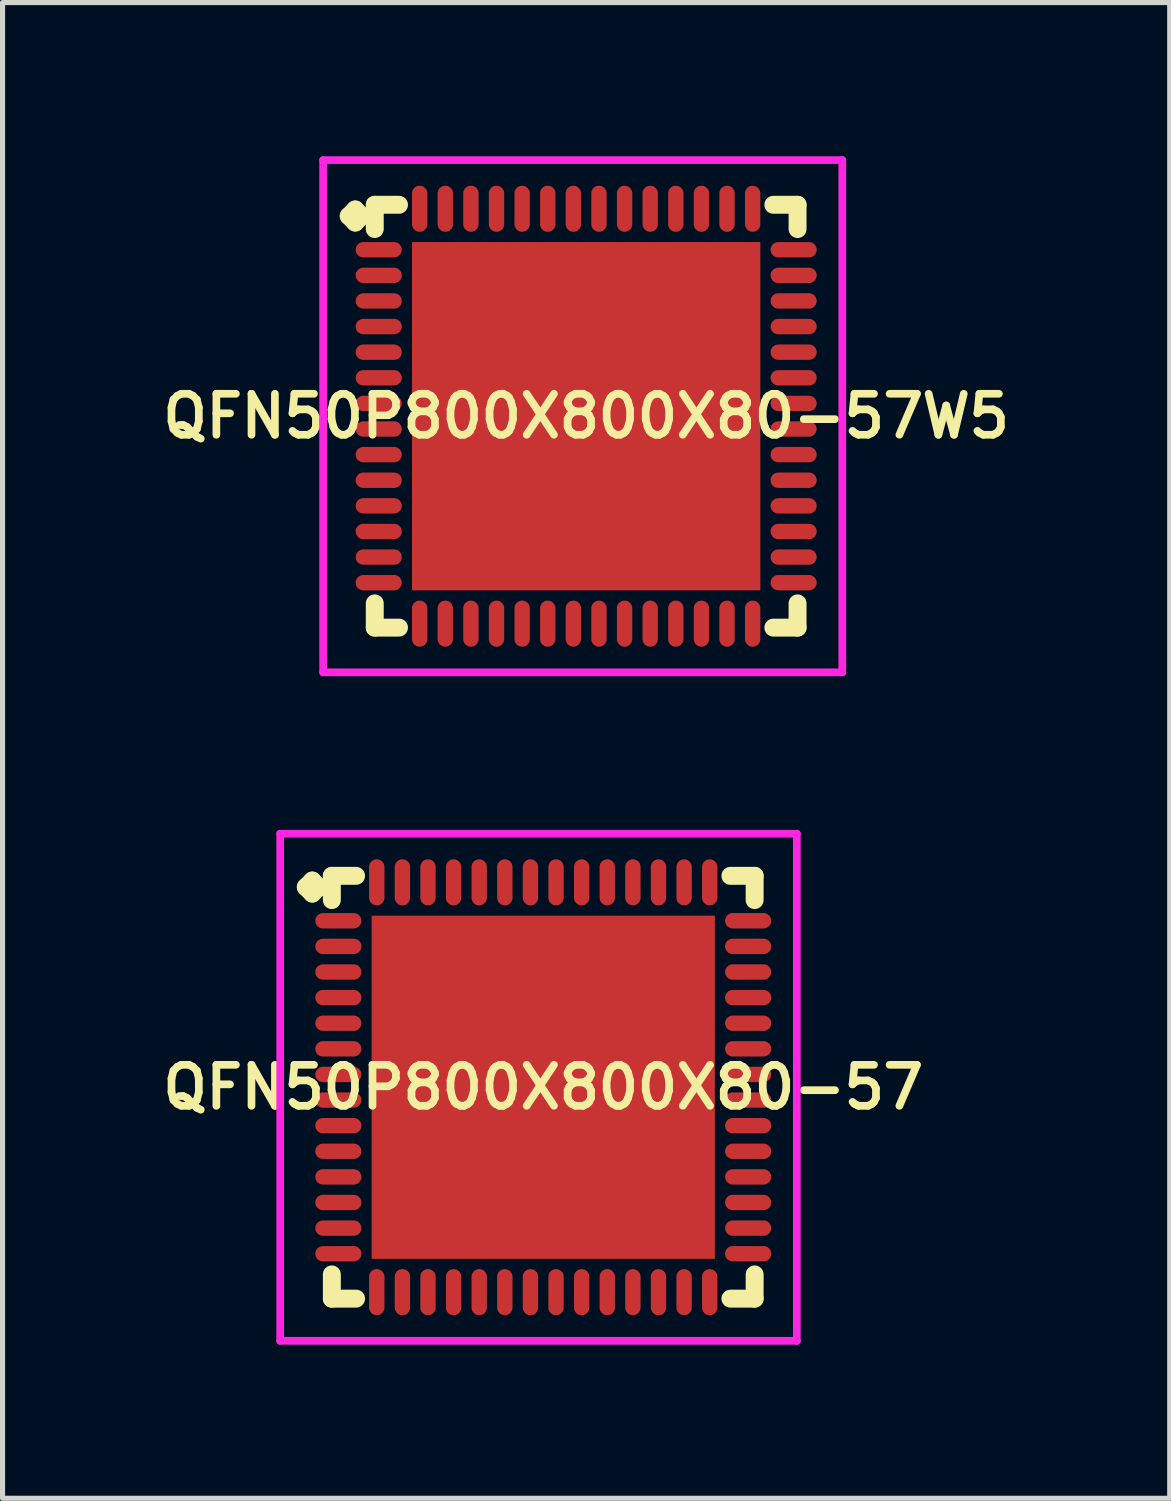
<source format=kicad_pcb>
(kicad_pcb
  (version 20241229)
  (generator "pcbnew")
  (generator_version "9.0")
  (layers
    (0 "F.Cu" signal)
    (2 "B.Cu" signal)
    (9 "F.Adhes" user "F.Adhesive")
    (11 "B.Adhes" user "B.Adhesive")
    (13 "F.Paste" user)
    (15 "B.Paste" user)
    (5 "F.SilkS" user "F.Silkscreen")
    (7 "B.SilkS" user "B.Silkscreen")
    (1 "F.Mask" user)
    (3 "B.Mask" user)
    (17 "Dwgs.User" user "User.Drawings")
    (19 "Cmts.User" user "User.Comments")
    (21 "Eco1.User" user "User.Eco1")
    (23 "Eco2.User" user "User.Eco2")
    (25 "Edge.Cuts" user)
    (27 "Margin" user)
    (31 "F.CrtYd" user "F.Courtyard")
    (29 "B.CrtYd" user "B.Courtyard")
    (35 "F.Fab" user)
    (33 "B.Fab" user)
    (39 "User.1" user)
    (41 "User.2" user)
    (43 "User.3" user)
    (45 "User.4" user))
  (footprint "QFN50P800X800X80-57W5"
    (layer "F.Cu")
    (at 8.393 5.075)
    (property "Reference" "QFN50P800X800X80-57W5" (at 0 0 0) (layer "F.SilkS") (effects (font (size 0.8 0.8) (thickness 0.15))))
    (attr smd)
    (fp_line (start -4.635 -3.908) (end -4.508 -4.035) (stroke (width 0.35) (type solid)) (layer "F.SilkS"))
    (fp_line (start -4.508 -4.035) (end -4.381 -3.908) (stroke (width 0.35) (type solid)) (layer "F.SilkS"))
    (fp_line (start -4.508 -3.781) (end -4.635 -3.908) (stroke (width 0.35) (type solid)) (layer "F.SilkS"))
    (fp_line (start -4.381 -3.908) (end -4.508 -3.781) (stroke (width 0.35) (type solid)) (layer "F.SilkS"))
    (fp_line (start -4.127 -4.127) (end -3.654 -4.127) (stroke (width 0.35) (type solid)) (layer "F.SilkS"))
    (fp_line (start -4.127 -3.654) (end -4.127 -4.127) (stroke (width 0.35) (type solid)) (layer "F.SilkS"))
    (fp_line (start -4.127 3.654) (end -4.127 4.127) (stroke (width 0.35) (type solid)) (layer "F.SilkS"))
    (fp_line (start -4.127 4.127) (end -3.654 4.127) (stroke (width 0.35) (type solid)) (layer "F.SilkS"))
    (fp_line (start 3.654 -4.127) (end 4.127 -4.127) (stroke (width 0.35) (type solid)) (layer "F.SilkS"))
    (fp_line (start 3.654 4.127) (end 4.127 4.127) (stroke (width 0.35) (type solid)) (layer "F.SilkS"))
    (fp_line (start 4.127 -4.127) (end 4.127 -3.654) (stroke (width 0.35) (type solid)) (layer "F.SilkS"))
    (fp_line (start 4.127 4.127) (end 4.127 3.654) (stroke (width 0.35) (type solid)) (layer "F.SilkS"))
    (fp_line (start -5.135 -5) (end 5 -5) (stroke (width 0.15) (type solid)) (layer "F.CrtYd"))
    (fp_line (start -5.135 5) (end -5.135 -5) (stroke (width 0.15) (type solid)) (layer "F.CrtYd"))
    (fp_line (start 5 -5) (end 5 5) (stroke (width 0.15) (type solid)) (layer "F.CrtYd"))
    (fp_line (start 5 5) (end -5.135 5) (stroke (width 0.15) (type solid)) (layer "F.CrtYd"))
    (pad "1" smd oval (at -4.05 -3.25) (size 0.9 0.3) (layers "F.Cu" "F.Mask" "F.Paste"))
    (pad "2" smd oval (at -4.05 -2.75) (size 0.9 0.3) (layers "F.Cu" "F.Mask" "F.Paste"))
    (pad "3" smd oval (at -4.05 -2.25) (size 0.9 0.3) (layers "F.Cu" "F.Mask" "F.Paste"))
    (pad "4" smd oval (at -4.05 -1.75) (size 0.9 0.3) (layers "F.Cu" "F.Mask" "F.Paste"))
    (pad "5" smd oval (at -4.05 -1.25) (size 0.9 0.3) (layers "F.Cu" "F.Mask" "F.Paste"))
    (pad "6" smd oval (at -4.05 -0.75) (size 0.9 0.3) (layers "F.Cu" "F.Mask" "F.Paste"))
    (pad "7" smd oval (at -4.05 -0.25) (size 0.9 0.3) (layers "F.Cu" "F.Mask" "F.Paste"))
    (pad "8" smd oval (at -4.05 0.25) (size 0.9 0.3) (layers "F.Cu" "F.Mask" "F.Paste"))
    (pad "9" smd oval (at -4.05 0.75) (size 0.9 0.3) (layers "F.Cu" "F.Mask" "F.Paste"))
    (pad "10" smd oval (at -4.05 1.25) (size 0.9 0.3) (layers "F.Cu" "F.Mask" "F.Paste"))
    (pad "11" smd oval (at -4.05 1.75) (size 0.9 0.3) (layers "F.Cu" "F.Mask" "F.Paste"))
    (pad "12" smd oval (at -4.05 2.25) (size 0.9 0.3) (layers "F.Cu" "F.Mask" "F.Paste"))
    (pad "13" smd oval (at -4.05 2.75) (size 0.9 0.3) (layers "F.Cu" "F.Mask" "F.Paste"))
    (pad "14" smd oval (at -4.05 3.25) (size 0.9 0.3) (layers "F.Cu" "F.Mask" "F.Paste"))
    (pad "15" smd oval (at -3.25 4.05) (size 0.3 0.9) (layers "F.Cu" "F.Mask" "F.Paste"))
    (pad "16" smd oval (at -2.75 4.05) (size 0.3 0.9) (layers "F.Cu" "F.Mask" "F.Paste"))
    (pad "17" smd oval (at -2.25 4.05) (size 0.3 0.9) (layers "F.Cu" "F.Mask" "F.Paste"))
    (pad "18" smd oval (at -1.75 4.05) (size 0.3 0.9) (layers "F.Cu" "F.Mask" "F.Paste"))
    (pad "19" smd oval (at -1.25 4.05) (size 0.3 0.9) (layers "F.Cu" "F.Mask" "F.Paste"))
    (pad "20" smd oval (at -0.75 4.05) (size 0.3 0.9) (layers "F.Cu" "F.Mask" "F.Paste"))
    (pad "21" smd oval (at -0.25 4.05) (size 0.3 0.9) (layers "F.Cu" "F.Mask" "F.Paste"))
    (pad "22" smd oval (at 0.25 4.05) (size 0.3 0.9) (layers "F.Cu" "F.Mask" "F.Paste"))
    (pad "23" smd oval (at 0.75 4.05) (size 0.3 0.9) (layers "F.Cu" "F.Mask" "F.Paste"))
    (pad "24" smd oval (at 1.25 4.05) (size 0.3 0.9) (layers "F.Cu" "F.Mask" "F.Paste"))
    (pad "25" smd oval (at 1.75 4.05) (size 0.3 0.9) (layers "F.Cu" "F.Mask" "F.Paste"))
    (pad "26" smd oval (at 2.25 4.05) (size 0.3 0.9) (layers "F.Cu" "F.Mask" "F.Paste"))
    (pad "27" smd oval (at 2.75 4.05) (size 0.3 0.9) (layers "F.Cu" "F.Mask" "F.Paste"))
    (pad "28" smd oval (at 3.25 4.05) (size 0.3 0.9) (layers "F.Cu" "F.Mask" "F.Paste"))
    (pad "29" smd oval (at 4.05 3.25) (size 0.9 0.3) (layers "F.Cu" "F.Mask" "F.Paste"))
    (pad "30" smd oval (at 4.05 2.75) (size 0.9 0.3) (layers "F.Cu" "F.Mask" "F.Paste"))
    (pad "31" smd oval (at 4.05 2.25) (size 0.9 0.3) (layers "F.Cu" "F.Mask" "F.Paste"))
    (pad "32" smd oval (at 4.05 1.75) (size 0.9 0.3) (layers "F.Cu" "F.Mask" "F.Paste"))
    (pad "33" smd oval (at 4.05 1.25) (size 0.9 0.3) (layers "F.Cu" "F.Mask" "F.Paste"))
    (pad "34" smd oval (at 4.05 0.75) (size 0.9 0.3) (layers "F.Cu" "F.Mask" "F.Paste"))
    (pad "35" smd oval (at 4.05 0.25) (size 0.9 0.3) (layers "F.Cu" "F.Mask" "F.Paste"))
    (pad "36" smd oval (at 4.05 -0.25) (size 0.9 0.3) (layers "F.Cu" "F.Mask" "F.Paste"))
    (pad "37" smd oval (at 4.05 -0.75) (size 0.9 0.3) (layers "F.Cu" "F.Mask" "F.Paste"))
    (pad "38" smd oval (at 4.05 -1.25) (size 0.9 0.3) (layers "F.Cu" "F.Mask" "F.Paste"))
    (pad "39" smd oval (at 4.05 -1.75) (size 0.9 0.3) (layers "F.Cu" "F.Mask" "F.Paste"))
    (pad "40" smd oval (at 4.05 -2.25) (size 0.9 0.3) (layers "F.Cu" "F.Mask" "F.Paste"))
    (pad "41" smd oval (at 4.05 -2.75) (size 0.9 0.3) (layers "F.Cu" "F.Mask" "F.Paste"))
    (pad "42" smd oval (at 4.05 -3.25) (size 0.9 0.3) (layers "F.Cu" "F.Mask" "F.Paste"))
    (pad "43" smd oval (at 3.25 -4.05) (size 0.3 0.9) (layers "F.Cu" "F.Mask" "F.Paste"))
    (pad "44" smd oval (at 2.75 -4.05) (size 0.3 0.9) (layers "F.Cu" "F.Mask" "F.Paste"))
    (pad "45" smd oval (at 2.25 -4.05) (size 0.3 0.9) (layers "F.Cu" "F.Mask" "F.Paste"))
    (pad "46" smd oval (at 1.75 -4.05) (size 0.3 0.9) (layers "F.Cu" "F.Mask" "F.Paste"))
    (pad "47" smd oval (at 1.25 -4.05) (size 0.3 0.9) (layers "F.Cu" "F.Mask" "F.Paste"))
    (pad "48" smd oval (at 0.75 -4.05) (size 0.3 0.9) (layers "F.Cu" "F.Mask" "F.Paste"))
    (pad "49" smd oval (at 0.25 -4.05) (size 0.3 0.9) (layers "F.Cu" "F.Mask" "F.Paste"))
    (pad "50" smd oval (at -0.25 -4.05) (size 0.3 0.9) (layers "F.Cu" "F.Mask" "F.Paste"))
    (pad "51" smd oval (at -0.75 -4.05) (size 0.3 0.9) (layers "F.Cu" "F.Mask" "F.Paste"))
    (pad "52" smd oval (at -1.25 -4.05) (size 0.3 0.9) (layers "F.Cu" "F.Mask" "F.Paste"))
    (pad "53" smd oval (at -1.75 -4.05) (size 0.3 0.9) (layers "F.Cu" "F.Mask" "F.Paste"))
    (pad "54" smd oval (at -2.25 -4.05) (size 0.3 0.9) (layers "F.Cu" "F.Mask" "F.Paste"))
    (pad "55" smd oval (at -2.75 -4.05) (size 0.3 0.9) (layers "F.Cu" "F.Mask" "F.Paste"))
    (pad "56" smd oval (at -3.25 -4.05) (size 0.3 0.9) (layers "F.Cu" "F.Mask" "F.Paste"))
    (pad "57" smd rect (at 0 0) (size 6.8 6.8) (layers "F.Cu" "F.Mask" "F.Paste")))
  (footprint "QFN50P800X800X80-57"
    (layer "F.Cu")
    (at 7.555 18.175)
    (property "Reference" "QFN50P800X800X80-57" (at 0 0 0) (layer "F.SilkS") (effects (font (size 0.8 0.8) (thickness 0.15))))
    (attr through_hole)
    (fp_line (start -4.635 -3.908) (end -4.508 -4.035) (stroke (width 0.35) (type solid)) (layer "F.SilkS"))
    (fp_line (start -4.508 -4.035) (end -4.381 -3.908) (stroke (width 0.35) (type solid)) (layer "F.SilkS"))
    (fp_line (start -4.508 -3.781) (end -4.635 -3.908) (stroke (width 0.35) (type solid)) (layer "F.SilkS"))
    (fp_line (start -4.381 -3.908) (end -4.508 -3.781) (stroke (width 0.35) (type solid)) (layer "F.SilkS"))
    (fp_line (start -4.127 -4.127) (end -3.654 -4.127) (stroke (width 0.35) (type solid)) (layer "F.SilkS"))
    (fp_line (start -4.127 -3.654) (end -4.127 -4.127) (stroke (width 0.35) (type solid)) (layer "F.SilkS"))
    (fp_line (start -4.127 3.654) (end -4.127 4.127) (stroke (width 0.35) (type solid)) (layer "F.SilkS"))
    (fp_line (start -4.127 4.127) (end -3.654 4.127) (stroke (width 0.35) (type solid)) (layer "F.SilkS"))
    (fp_line (start 3.654 -4.127) (end 4.127 -4.127) (stroke (width 0.35) (type solid)) (layer "F.SilkS"))
    (fp_line (start 3.654 4.127) (end 4.127 4.127) (stroke (width 0.35) (type solid)) (layer "F.SilkS"))
    (fp_line (start 4.127 -4.127) (end 4.127 -3.654) (stroke (width 0.35) (type solid)) (layer "F.SilkS"))
    (fp_line (start 4.127 4.127) (end 4.127 3.654) (stroke (width 0.35) (type solid)) (layer "F.SilkS"))
    (fp_line (start -5.135 -4.95) (end 4.95 -4.95) (stroke (width 0.15) (type solid)) (layer "F.CrtYd"))
    (fp_line (start -5.135 4.95) (end -5.135 -4.95) (stroke (width 0.15) (type solid)) (layer "F.CrtYd"))
    (fp_line (start 4.95 -4.95) (end 4.95 4.95) (stroke (width 0.15) (type solid)) (layer "F.CrtYd"))
    (fp_line (start 4.95 4.95) (end -5.135 4.95) (stroke (width 0.15) (type solid)) (layer "F.CrtYd"))
    (pad "1" smd oval (at -4 -3.25) (size 0.9 0.3) (layers "F.Cu" "F.Mask" "F.Paste"))
    (pad "2" smd oval (at -4 -2.75) (size 0.9 0.3) (layers "F.Cu" "F.Mask" "F.Paste"))
    (pad "3" smd oval (at -4 -2.25) (size 0.9 0.3) (layers "F.Cu" "F.Mask" "F.Paste"))
    (pad "4" smd oval (at -4 -1.75) (size 0.9 0.3) (layers "F.Cu" "F.Mask" "F.Paste"))
    (pad "5" smd oval (at -4 -1.25) (size 0.9 0.3) (layers "F.Cu" "F.Mask" "F.Paste"))
    (pad "6" smd oval (at -4 -0.75) (size 0.9 0.3) (layers "F.Cu" "F.Mask" "F.Paste"))
    (pad "7" smd oval (at -4 -0.25) (size 0.9 0.3) (layers "F.Cu" "F.Mask" "F.Paste"))
    (pad "8" smd oval (at -4 0.25) (size 0.9 0.3) (layers "F.Cu" "F.Mask" "F.Paste"))
    (pad "9" smd oval (at -4 0.75) (size 0.9 0.3) (layers "F.Cu" "F.Mask" "F.Paste"))
    (pad "10" smd oval (at -4 1.25) (size 0.9 0.3) (layers "F.Cu" "F.Mask" "F.Paste"))
    (pad "11" smd oval (at -4 1.75) (size 0.9 0.3) (layers "F.Cu" "F.Mask" "F.Paste"))
    (pad "12" smd oval (at -4 2.25) (size 0.9 0.3) (layers "F.Cu" "F.Mask" "F.Paste"))
    (pad "13" smd oval (at -4 2.75) (size 0.9 0.3) (layers "F.Cu" "F.Mask" "F.Paste"))
    (pad "14" smd oval (at -4 3.25) (size 0.9 0.3) (layers "F.Cu" "F.Mask" "F.Paste"))
    (pad "15" smd oval (at -3.25 4) (size 0.3 0.9) (layers "F.Cu" "F.Mask" "F.Paste"))
    (pad "16" smd oval (at -2.75 4) (size 0.3 0.9) (layers "F.Cu" "F.Mask" "F.Paste"))
    (pad "17" smd oval (at -2.25 4) (size 0.3 0.9) (layers "F.Cu" "F.Mask" "F.Paste"))
    (pad "18" smd oval (at -1.75 4) (size 0.3 0.9) (layers "F.Cu" "F.Mask" "F.Paste"))
    (pad "19" smd oval (at -1.25 4) (size 0.3 0.9) (layers "F.Cu" "F.Mask" "F.Paste"))
    (pad "20" smd oval (at -0.75 4) (size 0.3 0.9) (layers "F.Cu" "F.Mask" "F.Paste"))
    (pad "21" smd oval (at -0.25 4) (size 0.3 0.9) (layers "F.Cu" "F.Mask" "F.Paste"))
    (pad "22" smd oval (at 0.25 4) (size 0.3 0.9) (layers "F.Cu" "F.Mask" "F.Paste"))
    (pad "23" smd oval (at 0.75 4) (size 0.3 0.9) (layers "F.Cu" "F.Mask" "F.Paste"))
    (pad "24" smd oval (at 1.25 4) (size 0.3 0.9) (layers "F.Cu" "F.Mask" "F.Paste"))
    (pad "25" smd oval (at 1.75 4) (size 0.3 0.9) (layers "F.Cu" "F.Mask" "F.Paste"))
    (pad "26" smd oval (at 2.25 4) (size 0.3 0.9) (layers "F.Cu" "F.Mask" "F.Paste"))
    (pad "27" smd oval (at 2.75 4) (size 0.3 0.9) (layers "F.Cu" "F.Mask" "F.Paste"))
    (pad "28" smd oval (at 3.25 4) (size 0.3 0.9) (layers "F.Cu" "F.Mask" "F.Paste"))
    (pad "29" smd oval (at 4 3.25) (size 0.9 0.3) (layers "F.Cu" "F.Mask" "F.Paste"))
    (pad "30" smd oval (at 4 2.75) (size 0.9 0.3) (layers "F.Cu" "F.Mask" "F.Paste"))
    (pad "31" smd oval (at 4 2.25) (size 0.9 0.3) (layers "F.Cu" "F.Mask" "F.Paste"))
    (pad "32" smd oval (at 4 1.75) (size 0.9 0.3) (layers "F.Cu" "F.Mask" "F.Paste"))
    (pad "33" smd oval (at 4 1.25) (size 0.9 0.3) (layers "F.Cu" "F.Mask" "F.Paste"))
    (pad "34" smd oval (at 4 0.75) (size 0.9 0.3) (layers "F.Cu" "F.Mask" "F.Paste"))
    (pad "35" smd oval (at 4 0.25) (size 0.9 0.3) (layers "F.Cu" "F.Mask" "F.Paste"))
    (pad "36" smd oval (at 4 -0.25) (size 0.9 0.3) (layers "F.Cu" "F.Mask" "F.Paste"))
    (pad "37" smd oval (at 4 -0.75) (size 0.9 0.3) (layers "F.Cu" "F.Mask" "F.Paste"))
    (pad "38" smd oval (at 4 -1.25) (size 0.9 0.3) (layers "F.Cu" "F.Mask" "F.Paste"))
    (pad "39" smd oval (at 4 -1.75) (size 0.9 0.3) (layers "F.Cu" "F.Mask" "F.Paste"))
    (pad "40" smd oval (at 4 -2.25) (size 0.9 0.3) (layers "F.Cu" "F.Mask" "F.Paste"))
    (pad "41" smd oval (at 4 -2.75) (size 0.9 0.3) (layers "F.Cu" "F.Mask" "F.Paste"))
    (pad "42" smd oval (at 4 -3.25) (size 0.9 0.3) (layers "F.Cu" "F.Mask" "F.Paste"))
    (pad "43" smd oval (at 3.25 -4) (size 0.3 0.9) (layers "F.Cu" "F.Mask" "F.Paste"))
    (pad "44" smd oval (at 2.75 -4) (size 0.3 0.9) (layers "F.Cu" "F.Mask" "F.Paste"))
    (pad "45" smd oval (at 2.25 -4) (size 0.3 0.9) (layers "F.Cu" "F.Mask" "F.Paste"))
    (pad "46" smd oval (at 1.75 -4) (size 0.3 0.9) (layers "F.Cu" "F.Mask" "F.Paste"))
    (pad "47" smd oval (at 1.25 -4) (size 0.3 0.9) (layers "F.Cu" "F.Mask" "F.Paste"))
    (pad "48" smd oval (at 0.75 -4) (size 0.3 0.9) (layers "F.Cu" "F.Mask" "F.Paste"))
    (pad "49" smd oval (at 0.25 -4) (size 0.3 0.9) (layers "F.Cu" "F.Mask" "F.Paste"))
    (pad "50" smd oval (at -0.25 -4) (size 0.3 0.9) (layers "F.Cu" "F.Mask" "F.Paste"))
    (pad "51" smd oval (at -0.75 -4) (size 0.3 0.9) (layers "F.Cu" "F.Mask" "F.Paste"))
    (pad "52" smd oval (at -1.25 -4) (size 0.3 0.9) (layers "F.Cu" "F.Mask" "F.Paste"))
    (pad "53" smd oval (at -1.75 -4) (size 0.3 0.9) (layers "F.Cu" "F.Mask" "F.Paste"))
    (pad "54" smd oval (at -2.25 -4) (size 0.3 0.9) (layers "F.Cu" "F.Mask" "F.Paste"))
    (pad "55" smd oval (at -2.75 -4) (size 0.3 0.9) (layers "F.Cu" "F.Mask" "F.Paste"))
    (pad "56" smd oval (at -3.25 -4) (size 0.3 0.9) (layers "F.Cu" "F.Mask" "F.Paste"))
    (pad "57" smd rect (at 0 0) (size 6.7 6.7) (layers "F.Cu" "F.Mask" "F.Paste")))
  (gr_rect
    (start -3 -3)
    (end 19.785 26.2)
    (stroke (width 0.1) (type default))
    (fill no)
    (layer "Edge.Cuts")))
</source>
